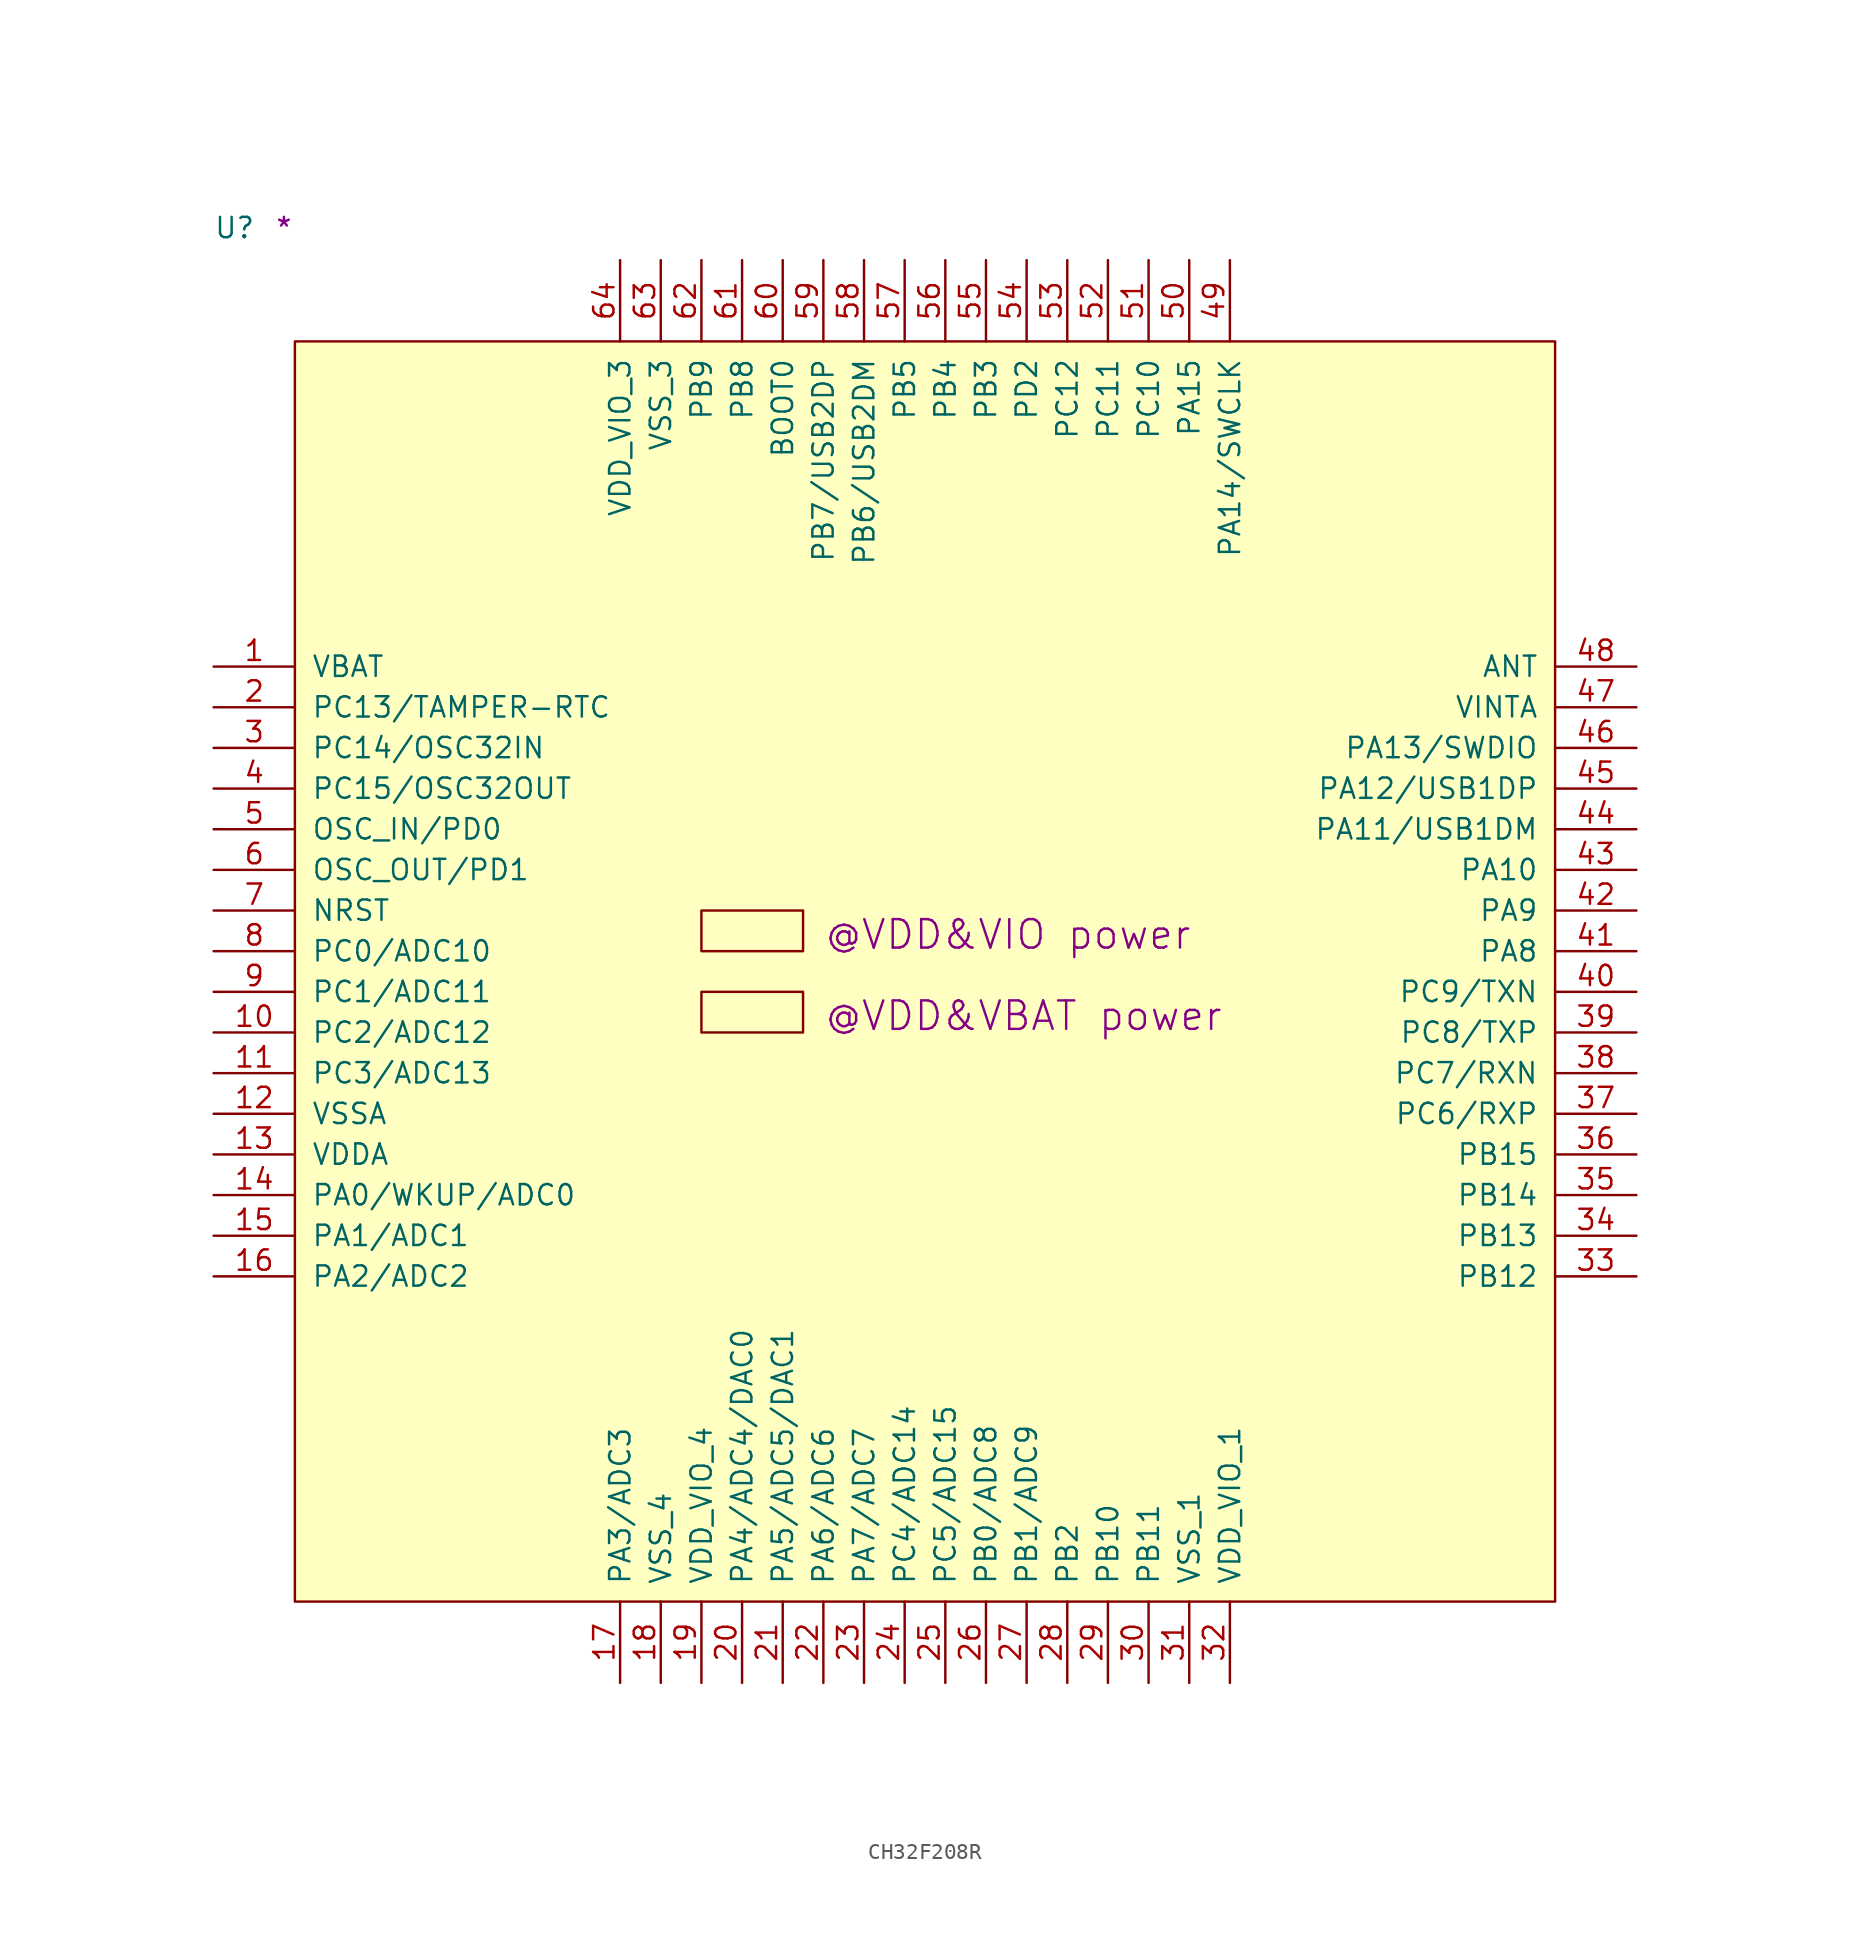
<source format=kicad_sym>
(kicad_symbol_lib
  (version 20211014)
  (generator kicad_symbol_editor)
  (symbol "CH32F208R"
    (pin_names
      (offset 1.016))
    (property "Reference" "U"
      (at -5.08 6.35 0)
      (effects (font (size 1.27 1.27)) (justify left bottom)))
    (property "user" "@VDD&VBAT power"
      (at 33.02 -43.18 0)
      (effects (font (size 1.778 1.778)) (justify left bottom)))
    (property "user_1" "@VDD&VIO power"
      (at 33.02 -38.1 0)
      (effects (font (size 1.778 1.778)) (justify left bottom)))
    (property "Comment" "*"
      (at -1.27 6.35 0)
      (effects (font (size 1.27 1.27)) (justify left bottom)))
    (symbol "CH32F208R_1_1"
      (rectangle (start 0 -78.74) (end 78.74 0) (stroke (width 0) (type default) (color 0 0 0 0)) (fill (type background)))
      (rectangle (start 25.4 -43.18) (end 31.75 -40.64) (stroke (width 0) (type default) (color 0 0 0 0)) (fill (type background)))
      (rectangle (start 25.4 -38.1) (end 31.75 -35.56) (stroke (width 0) (type default) (color 0 0 0 0)) (fill (type background)))
      (pin power_in line (at -5.08 -20.32 0) (length 5.08) (name "VBAT" (effects (font (size 1.27 1.27)))) (number "1" (effects (font (size 1.27 1.27)))))
      (pin bidirectional line (at -5.08 -43.18 0) (length 5.08) (name "PC2/ADC12" (effects (font (size 1.27 1.27)))) (number "10" (effects (font (size 1.27 1.27)))))
      (pin bidirectional line (at -5.08 -45.72 0) (length 5.08) (name "PC3/ADC13" (effects (font (size 1.27 1.27)))) (number "11" (effects (font (size 1.27 1.27)))))
      (pin power_in line (at -5.08 -48.26 0) (length 5.08) (name "VSSA" (effects (font (size 1.27 1.27)))) (number "12" (effects (font (size 1.27 1.27)))))
      (pin power_in line (at -5.08 -50.8 0) (length 5.08) (name "VDDA" (effects (font (size 1.27 1.27)))) (number "13" (effects (font (size 1.27 1.27)))))
      (pin bidirectional line (at -5.08 -53.34 0) (length 5.08) (name "PA0/WKUP/ADC0" (effects (font (size 1.27 1.27)))) (number "14" (effects (font (size 1.27 1.27)))))
      (pin bidirectional line (at -5.08 -55.88 0) (length 5.08) (name "PA1/ADC1" (effects (font (size 1.27 1.27)))) (number "15" (effects (font (size 1.27 1.27)))))
      (pin bidirectional line (at -5.08 -58.42 0) (length 5.08) (name "PA2/ADC2" (effects (font (size 1.27 1.27)))) (number "16" (effects (font (size 1.27 1.27)))))
      (pin bidirectional line (at 20.32 -83.82 90) (length 5.08) (name "PA3/ADC3" (effects (font (size 1.27 1.27)))) (number "17" (effects (font (size 1.27 1.27)))))
      (pin power_in line (at 22.86 -83.82 90) (length 5.08) (name "VSS_4" (effects (font (size 1.27 1.27)))) (number "18" (effects (font (size 1.27 1.27)))))
      (pin power_in line (at 25.4 -83.82 90) (length 5.08) (name "VDD_VIO_4" (effects (font (size 1.27 1.27)))) (number "19" (effects (font (size 1.27 1.27)))))
      (pin bidirectional line (at -5.08 -22.86 0) (length 5.08) (name "PC13/TAMPER-RTC" (effects (font (size 1.27 1.27)))) (number "2" (effects (font (size 1.27 1.27)))))
      (pin bidirectional line (at 27.94 -83.82 90) (length 5.08) (name "PA4/ADC4/DAC0" (effects (font (size 1.27 1.27)))) (number "20" (effects (font (size 1.27 1.27)))))
      (pin bidirectional line (at 30.48 -83.82 90) (length 5.08) (name "PA5/ADC5/DAC1" (effects (font (size 1.27 1.27)))) (number "21" (effects (font (size 1.27 1.27)))))
      (pin bidirectional line (at 33.02 -83.82 90) (length 5.08) (name "PA6/ADC6" (effects (font (size 1.27 1.27)))) (number "22" (effects (font (size 1.27 1.27)))))
      (pin bidirectional line (at 35.56 -83.82 90) (length 5.08) (name "PA7/ADC7" (effects (font (size 1.27 1.27)))) (number "23" (effects (font (size 1.27 1.27)))))
      (pin bidirectional line (at 38.1 -83.82 90) (length 5.08) (name "PC4/ADC14" (effects (font (size 1.27 1.27)))) (number "24" (effects (font (size 1.27 1.27)))))
      (pin bidirectional line (at 40.64 -83.82 90) (length 5.08) (name "PC5/ADC15" (effects (font (size 1.27 1.27)))) (number "25" (effects (font (size 1.27 1.27)))))
      (pin bidirectional line (at 43.18 -83.82 90) (length 5.08) (name "PB0/ADC8" (effects (font (size 1.27 1.27)))) (number "26" (effects (font (size 1.27 1.27)))))
      (pin bidirectional line (at 45.72 -83.82 90) (length 5.08) (name "PB1/ADC9" (effects (font (size 1.27 1.27)))) (number "27" (effects (font (size 1.27 1.27)))))
      (pin bidirectional line (at 48.26 -83.82 90) (length 5.08) (name "PB2" (effects (font (size 1.27 1.27)))) (number "28" (effects (font (size 1.27 1.27)))))
      (pin bidirectional line (at 50.8 -83.82 90) (length 5.08) (name "PB10" (effects (font (size 1.27 1.27)))) (number "29" (effects (font (size 1.27 1.27)))))
      (pin bidirectional line (at -5.08 -25.4 0) (length 5.08) (name "PC14/OSC32IN" (effects (font (size 1.27 1.27)))) (number "3" (effects (font (size 1.27 1.27)))))
      (pin bidirectional line (at 53.34 -83.82 90) (length 5.08) (name "PB11" (effects (font (size 1.27 1.27)))) (number "30" (effects (font (size 1.27 1.27)))))
      (pin power_in line (at 55.88 -83.82 90) (length 5.08) (name "VSS_1" (effects (font (size 1.27 1.27)))) (number "31" (effects (font (size 1.27 1.27)))))
      (pin power_in line (at 58.42 -83.82 90) (length 5.08) (name "VDD_VIO_1" (effects (font (size 1.27 1.27)))) (number "32" (effects (font (size 1.27 1.27)))))
      (pin bidirectional line (at 83.82 -58.42 180) (length 5.08) (name "PB12" (effects (font (size 1.27 1.27)))) (number "33" (effects (font (size 1.27 1.27)))))
      (pin bidirectional line (at 83.82 -55.88 180) (length 5.08) (name "PB13" (effects (font (size 1.27 1.27)))) (number "34" (effects (font (size 1.27 1.27)))))
      (pin bidirectional line (at 83.82 -53.34 180) (length 5.08) (name "PB14" (effects (font (size 1.27 1.27)))) (number "35" (effects (font (size 1.27 1.27)))))
      (pin bidirectional line (at 83.82 -50.8 180) (length 5.08) (name "PB15" (effects (font (size 1.27 1.27)))) (number "36" (effects (font (size 1.27 1.27)))))
      (pin bidirectional line (at 83.82 -48.26 180) (length 5.08) (name "PC6/RXP" (effects (font (size 1.27 1.27)))) (number "37" (effects (font (size 1.27 1.27)))))
      (pin bidirectional line (at 83.82 -45.72 180) (length 5.08) (name "PC7/RXN" (effects (font (size 1.27 1.27)))) (number "38" (effects (font (size 1.27 1.27)))))
      (pin bidirectional line (at 83.82 -43.18 180) (length 5.08) (name "PC8/TXP" (effects (font (size 1.27 1.27)))) (number "39" (effects (font (size 1.27 1.27)))))
      (pin bidirectional line (at -5.08 -27.94 0) (length 5.08) (name "PC15/OSC32OUT" (effects (font (size 1.27 1.27)))) (number "4" (effects (font (size 1.27 1.27)))))
      (pin bidirectional line (at 83.82 -40.64 180) (length 5.08) (name "PC9/TXN" (effects (font (size 1.27 1.27)))) (number "40" (effects (font (size 1.27 1.27)))))
      (pin bidirectional line (at 83.82 -38.1 180) (length 5.08) (name "PA8" (effects (font (size 1.27 1.27)))) (number "41" (effects (font (size 1.27 1.27)))))
      (pin bidirectional line (at 83.82 -35.56 180) (length 5.08) (name "PA9" (effects (font (size 1.27 1.27)))) (number "42" (effects (font (size 1.27 1.27)))))
      (pin bidirectional line (at 83.82 -33.02 180) (length 5.08) (name "PA10" (effects (font (size 1.27 1.27)))) (number "43" (effects (font (size 1.27 1.27)))))
      (pin bidirectional line (at 83.82 -30.48 180) (length 5.08) (name "PA11/USB1DM" (effects (font (size 1.27 1.27)))) (number "44" (effects (font (size 1.27 1.27)))))
      (pin bidirectional line (at 83.82 -27.94 180) (length 5.08) (name "PA12/USB1DP" (effects (font (size 1.27 1.27)))) (number "45" (effects (font (size 1.27 1.27)))))
      (pin bidirectional line (at 83.82 -25.4 180) (length 5.08) (name "PA13/SWDIO" (effects (font (size 1.27 1.27)))) (number "46" (effects (font (size 1.27 1.27)))))
      (pin power_in line (at 83.82 -22.86 180) (length 5.08) (name "VINTA" (effects (font (size 1.27 1.27)))) (number "47" (effects (font (size 1.27 1.27)))))
      (pin power_in line (at 83.82 -20.32 180) (length 5.08) (name "ANT" (effects (font (size 1.27 1.27)))) (number "48" (effects (font (size 1.27 1.27)))))
      (pin bidirectional line (at 58.42 5.08 270) (length 5.08) (name "PA14/SWCLK" (effects (font (size 1.27 1.27)))) (number "49" (effects (font (size 1.27 1.27)))))
      (pin input line (at -5.08 -30.48 0) (length 5.08) (name "OSC_IN/PD0" (effects (font (size 1.27 1.27)))) (number "5" (effects (font (size 1.27 1.27)))))
      (pin bidirectional line (at 55.88 5.08 270) (length 5.08) (name "PA15" (effects (font (size 1.27 1.27)))) (number "50" (effects (font (size 1.27 1.27)))))
      (pin bidirectional line (at 53.34 5.08 270) (length 5.08) (name "PC10" (effects (font (size 1.27 1.27)))) (number "51" (effects (font (size 1.27 1.27)))))
      (pin bidirectional line (at 50.8 5.08 270) (length 5.08) (name "PC11" (effects (font (size 1.27 1.27)))) (number "52" (effects (font (size 1.27 1.27)))))
      (pin bidirectional line (at 48.26 5.08 270) (length 5.08) (name "PC12" (effects (font (size 1.27 1.27)))) (number "53" (effects (font (size 1.27 1.27)))))
      (pin bidirectional line (at 45.72 5.08 270) (length 5.08) (name "PD2" (effects (font (size 1.27 1.27)))) (number "54" (effects (font (size 1.27 1.27)))))
      (pin bidirectional line (at 43.18 5.08 270) (length 5.08) (name "PB3" (effects (font (size 1.27 1.27)))) (number "55" (effects (font (size 1.27 1.27)))))
      (pin bidirectional line (at 40.64 5.08 270) (length 5.08) (name "PB4" (effects (font (size 1.27 1.27)))) (number "56" (effects (font (size 1.27 1.27)))))
      (pin bidirectional line (at 38.1 5.08 270) (length 5.08) (name "PB5" (effects (font (size 1.27 1.27)))) (number "57" (effects (font (size 1.27 1.27)))))
      (pin bidirectional line (at 35.56 5.08 270) (length 5.08) (name "PB6/USB2DM" (effects (font (size 1.27 1.27)))) (number "58" (effects (font (size 1.27 1.27)))))
      (pin bidirectional line (at 33.02 5.08 270) (length 5.08) (name "PB7/USB2DP" (effects (font (size 1.27 1.27)))) (number "59" (effects (font (size 1.27 1.27)))))
      (pin output line (at -5.08 -33.02 0) (length 5.08) (name "OSC_OUT/PD1" (effects (font (size 1.27 1.27)))) (number "6" (effects (font (size 1.27 1.27)))))
      (pin input line (at 30.48 5.08 270) (length 5.08) (name "BOOT0" (effects (font (size 1.27 1.27)))) (number "60" (effects (font (size 1.27 1.27)))))
      (pin bidirectional line (at 27.94 5.08 270) (length 5.08) (name "PB8" (effects (font (size 1.27 1.27)))) (number "61" (effects (font (size 1.27 1.27)))))
      (pin bidirectional line (at 25.4 5.08 270) (length 5.08) (name "PB9" (effects (font (size 1.27 1.27)))) (number "62" (effects (font (size 1.27 1.27)))))
      (pin power_in line (at 22.86 5.08 270) (length 5.08) (name "VSS_3" (effects (font (size 1.27 1.27)))) (number "63" (effects (font (size 1.27 1.27)))))
      (pin power_in line (at 20.32 5.08 270) (length 5.08) (name "VDD_VIO_3" (effects (font (size 1.27 1.27)))) (number "64" (effects (font (size 1.27 1.27)))))
      (pin bidirectional line (at -5.08 -35.56 0) (length 5.08) (name "NRST" (effects (font (size 1.27 1.27)))) (number "7" (effects (font (size 1.27 1.27)))))
      (pin bidirectional line (at -5.08 -38.1 0) (length 5.08) (name "PC0/ADC10" (effects (font (size 1.27 1.27)))) (number "8" (effects (font (size 1.27 1.27)))))
      (pin bidirectional line (at -5.08 -40.64 0) (length 5.08) (name "PC1/ADC11" (effects (font (size 1.27 1.27)))) (number "9" (effects (font (size 1.27 1.27))))))))
</source>
